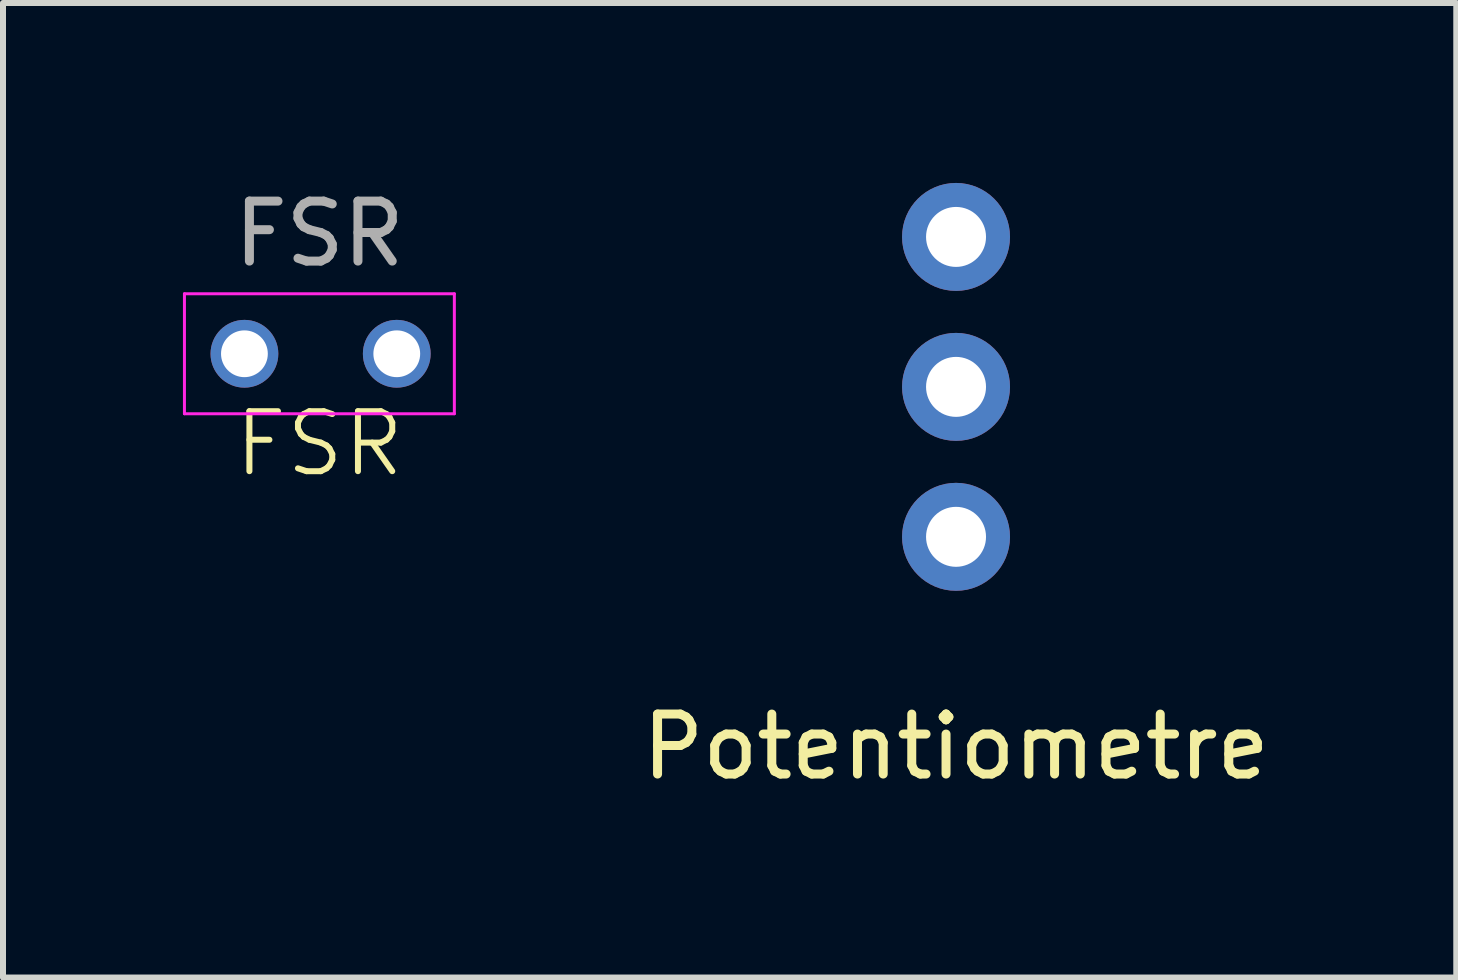
<source format=kicad_pcb>
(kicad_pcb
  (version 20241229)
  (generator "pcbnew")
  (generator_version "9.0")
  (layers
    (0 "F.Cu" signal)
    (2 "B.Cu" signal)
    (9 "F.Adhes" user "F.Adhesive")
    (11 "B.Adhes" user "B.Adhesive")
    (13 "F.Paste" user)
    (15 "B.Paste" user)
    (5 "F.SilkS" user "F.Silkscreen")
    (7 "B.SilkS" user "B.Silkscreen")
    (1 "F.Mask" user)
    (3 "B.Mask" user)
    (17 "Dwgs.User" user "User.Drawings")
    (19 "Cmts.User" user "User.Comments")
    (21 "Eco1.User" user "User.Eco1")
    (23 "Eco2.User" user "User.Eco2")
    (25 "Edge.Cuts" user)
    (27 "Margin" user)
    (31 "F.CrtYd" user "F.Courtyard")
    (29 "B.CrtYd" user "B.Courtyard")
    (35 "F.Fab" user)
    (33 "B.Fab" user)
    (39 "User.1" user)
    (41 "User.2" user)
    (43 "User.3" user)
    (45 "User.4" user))
  (footprint "FSR"
    (layer "F.Cu")
    (at 2.275 2.848)
    (property "Reference" "FSR" (at 0 1.5 0) (unlocked yes) (layer "F.SilkS") (effects (font (size 1 1) (thickness 0.1))))
    (attr smd)
    (fp_line (start -2.25 -1) (end -2.25 1) (stroke (width 0.05) (type solid)) (layer "F.CrtYd"))
    (fp_line (start -2.25 -1) (end 2.25 -1) (stroke (width 0.05) (type solid)) (layer "F.CrtYd"))
    (fp_line (start -2.25 1) (end 2.25 1) (stroke (width 0.05) (type solid)) (layer "F.CrtYd"))
    (fp_line (start 2.25 -1) (end 2.25 1) (stroke (width 0.05) (type solid)) (layer "F.CrtYd"))
    (fp_text user "${REFERENCE}" (at 0 -2 0) (unlocked yes) (layer "F.Fab") (effects (font (size 1 1) (thickness 0.15))))
    (pad "1" thru_hole circle (at 1.29 0 90) (size 1.13 1.13) (drill 0.78) (layers "*.Cu" "*.Mask"))
    (pad "2" thru_hole circle (at -1.25 0 90) (size 1.13 1.13) (drill 0.78) (layers "*.Cu" "*.Mask")))
  (footprint "Potentiometre"
    (layer "F.Cu")
    (at 12.889 0.9)
    (property "Reference" "Potentiometre" (at 0 8.5 180) (layer "F.SilkS") (effects (font (size 1 1) (thickness 0.15))))
    (attr through_hole)
    (pad "1" thru_hole circle (at 0 0 180) (size 1.8 1.8) (drill 1) (layers "*.Cu" "*.Mask"))
    (pad "2" thru_hole circle (at 0 2.5 180) (size 1.8 1.8) (drill 1) (layers "*.Cu" "*.Mask"))
    (pad "3" thru_hole circle (at 0 5 180) (size 1.8 1.8) (drill 1) (layers "*.Cu" "*.Mask")))
  (gr_rect
    (start -3 -3)
    (end 21.229 13.248)
    (stroke (width 0.1) (type default))
    (fill no)
    (layer "Edge.Cuts")))
</source>
